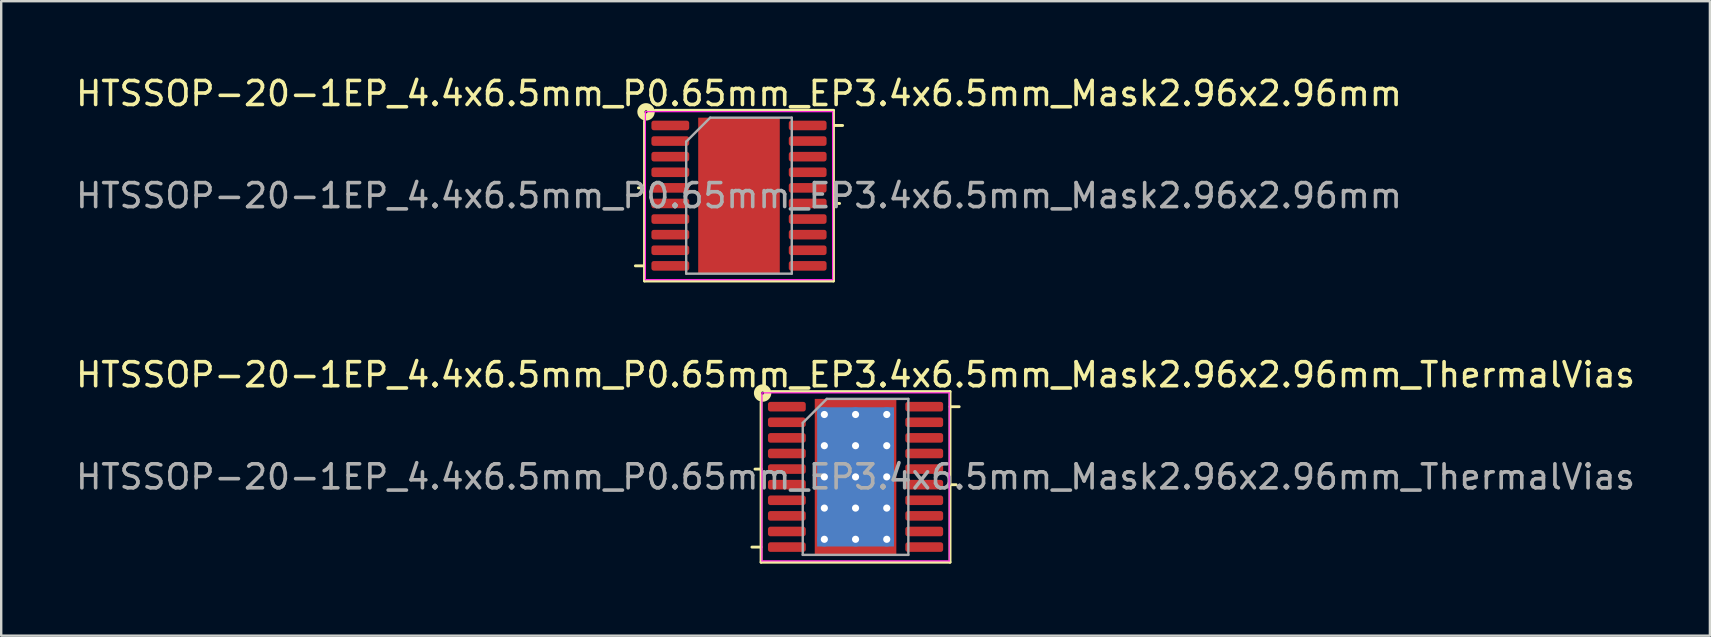
<source format=kicad_pcb>
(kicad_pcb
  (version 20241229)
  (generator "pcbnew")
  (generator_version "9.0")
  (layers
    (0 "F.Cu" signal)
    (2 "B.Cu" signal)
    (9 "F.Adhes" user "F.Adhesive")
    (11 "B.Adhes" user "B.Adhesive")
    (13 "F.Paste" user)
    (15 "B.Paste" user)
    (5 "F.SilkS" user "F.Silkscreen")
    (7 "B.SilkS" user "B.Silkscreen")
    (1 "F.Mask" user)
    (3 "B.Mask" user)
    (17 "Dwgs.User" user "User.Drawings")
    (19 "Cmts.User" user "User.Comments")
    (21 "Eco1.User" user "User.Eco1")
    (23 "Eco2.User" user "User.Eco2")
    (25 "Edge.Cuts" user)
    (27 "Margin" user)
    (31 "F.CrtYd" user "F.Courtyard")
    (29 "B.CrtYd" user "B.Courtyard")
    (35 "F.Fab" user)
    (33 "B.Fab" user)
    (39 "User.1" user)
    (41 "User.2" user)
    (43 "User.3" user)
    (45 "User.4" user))
  (footprint "HTSSOP-20-1EP_4.4x6.5mm_P0.65mm_EP3.4x6.5mm_Mask2.96x2.96mm"
    (layer "F.Cu")
    (at 27.744 5.103)
    (property "Reference" "HTSSOP-20-1EP_4.4x6.5mm_P0.65mm_EP3.4x6.5mm_Mask2.96x2.96mm" (at 0 -4.255 0) (layer "F.SilkS") (effects (font (size 1 1) (thickness 0.15))))
    (attr smd)
    (fp_line (start -3.937 -0.325) (end -4.191 -0.325) (stroke (width 0.12) (type solid)) (layer "F.SilkS"))
    (fp_line (start -3.937 2.925) (end -4.318 2.925) (stroke (width 0.12) (type solid)) (layer "F.SilkS"))
    (fp_line (start -3.937 3.556) (end -3.937 -3.111) (stroke (width 0.12) (type solid)) (layer "F.SilkS"))
    (fp_line (start -3.493 -3.556) (end 3.937 -3.556) (stroke (width 0.12) (type solid)) (layer "F.SilkS"))
    (fp_line (start 3.937 -3.556) (end 3.937 3.556) (stroke (width 0.12) (type solid)) (layer "F.SilkS"))
    (fp_line (start 3.937 -2.925) (end 4.318 -2.925) (stroke (width 0.12) (type solid)) (layer "F.SilkS"))
    (fp_line (start 3.937 0.325) (end 4.191 0.325) (stroke (width 0.12) (type solid)) (layer "F.SilkS"))
    (fp_line (start 3.937 3.556) (end -3.937 3.556) (stroke (width 0.12) (type solid)) (layer "F.SilkS"))
    (fp_circle (center -3.873 -3.493) (end -3.81 -3.493) (stroke (width 0.3) (type solid)) (fill no) (layer "F.SilkS"))
    (fp_line (start -3.9 -3.5) (end -3.9 3.5) (stroke (width 0.05) (type solid)) (layer "F.CrtYd"))
    (fp_line (start -3.9 3.5) (end 3.9 3.5) (stroke (width 0.05) (type solid)) (layer "F.CrtYd"))
    (fp_line (start 3.9 -3.5) (end -3.9 -3.5) (stroke (width 0.05) (type solid)) (layer "F.CrtYd"))
    (fp_line (start 3.9 3.5) (end 3.9 -3.5) (stroke (width 0.05) (type solid)) (layer "F.CrtYd"))
    (fp_line (start -2.2 -2.25) (end -1.2 -3.25) (stroke (width 0.1) (type solid)) (layer "F.Fab"))
    (fp_line (start -2.2 3.25) (end -2.2 -2.25) (stroke (width 0.1) (type solid)) (layer "F.Fab"))
    (fp_line (start -1.2 -3.25) (end 2.2 -3.25) (stroke (width 0.1) (type solid)) (layer "F.Fab"))
    (fp_line (start 2.2 -3.25) (end 2.2 3.25) (stroke (width 0.1) (type solid)) (layer "F.Fab"))
    (fp_line (start 2.2 3.25) (end -2.2 3.25) (stroke (width 0.1) (type solid)) (layer "F.Fab"))
    (fp_text user "${REFERENCE}" (at 0 0 0) (layer "F.Fab") (effects (font (size 1 1) (thickness 0.15))))
    (pad "" smd roundrect (at 0 0) (size 2.39 2.39) (layers "F.Paste") (roundrect_rratio 0.105))
    (pad "" smd rect (at 0 0) (size 2.96 2.96) (layers "F.Mask"))
    (pad "1" smd roundrect (at -2.862 -2.925) (size 1.575 0.4) (layers "F.Cu" "F.Mask" "F.Paste") (roundrect_rratio 0.25))
    (pad "2" smd roundrect (at -2.862 -2.275) (size 1.575 0.4) (layers "F.Cu" "F.Mask" "F.Paste") (roundrect_rratio 0.25))
    (pad "3" smd roundrect (at -2.862 -1.625) (size 1.575 0.4) (layers "F.Cu" "F.Mask" "F.Paste") (roundrect_rratio 0.25))
    (pad "4" smd roundrect (at -2.862 -0.975) (size 1.575 0.4) (layers "F.Cu" "F.Mask" "F.Paste") (roundrect_rratio 0.25))
    (pad "5" smd roundrect (at -2.862 -0.325) (size 1.575 0.4) (layers "F.Cu" "F.Mask" "F.Paste") (roundrect_rratio 0.25))
    (pad "6" smd roundrect (at -2.862 0.325) (size 1.575 0.4) (layers "F.Cu" "F.Mask" "F.Paste") (roundrect_rratio 0.25))
    (pad "7" smd roundrect (at -2.862 0.975) (size 1.575 0.4) (layers "F.Cu" "F.Mask" "F.Paste") (roundrect_rratio 0.25))
    (pad "8" smd roundrect (at -2.862 1.625) (size 1.575 0.4) (layers "F.Cu" "F.Mask" "F.Paste") (roundrect_rratio 0.25))
    (pad "9" smd roundrect (at -2.862 2.275) (size 1.575 0.4) (layers "F.Cu" "F.Mask" "F.Paste") (roundrect_rratio 0.25))
    (pad "10" smd roundrect (at -2.862 2.925) (size 1.575 0.4) (layers "F.Cu" "F.Mask" "F.Paste") (roundrect_rratio 0.25))
    (pad "11" smd roundrect (at 2.862 2.925) (size 1.575 0.4) (layers "F.Cu" "F.Mask" "F.Paste") (roundrect_rratio 0.25))
    (pad "12" smd roundrect (at 2.862 2.275) (size 1.575 0.4) (layers "F.Cu" "F.Mask" "F.Paste") (roundrect_rratio 0.25))
    (pad "13" smd roundrect (at 2.862 1.625) (size 1.575 0.4) (layers "F.Cu" "F.Mask" "F.Paste") (roundrect_rratio 0.25))
    (pad "14" smd roundrect (at 2.862 0.975) (size 1.575 0.4) (layers "F.Cu" "F.Mask" "F.Paste") (roundrect_rratio 0.25))
    (pad "15" smd roundrect (at 2.862 0.325) (size 1.575 0.4) (layers "F.Cu" "F.Mask" "F.Paste") (roundrect_rratio 0.25))
    (pad "16" smd roundrect (at 2.862 -0.325) (size 1.575 0.4) (layers "F.Cu" "F.Mask" "F.Paste") (roundrect_rratio 0.25))
    (pad "17" smd roundrect (at 2.862 -0.975) (size 1.575 0.4) (layers "F.Cu" "F.Mask" "F.Paste") (roundrect_rratio 0.25))
    (pad "18" smd roundrect (at 2.862 -1.625) (size 1.575 0.4) (layers "F.Cu" "F.Mask" "F.Paste") (roundrect_rratio 0.25))
    (pad "19" smd roundrect (at 2.862 -2.275) (size 1.575 0.4) (layers "F.Cu" "F.Mask" "F.Paste") (roundrect_rratio 0.25))
    (pad "20" smd roundrect (at 2.862 -2.925) (size 1.575 0.4) (layers "F.Cu" "F.Mask" "F.Paste") (roundrect_rratio 0.25))
    (pad "21" smd rect (at 0 0) (size 3.4 6.5) (layers "F.Cu")))
  (footprint "HTSSOP-20-1EP_4.4x6.5mm_P0.65mm_EP3.4x6.5mm_Mask2.96x2.96mm_ThermalVias"
    (layer "F.Cu")
    (at 32.601 16.822)
    (property "Reference" "HTSSOP-20-1EP_4.4x6.5mm_P0.65mm_EP3.4x6.5mm_Mask2.96x2.96mm_ThermalVias" (at 0 -4.255 0) (layer "F.SilkS") (effects (font (size 1 1) (thickness 0.15))))
    (attr smd)
    (fp_line (start -3.937 -0.325) (end -4.191 -0.325) (stroke (width 0.12) (type solid)) (layer "F.SilkS"))
    (fp_line (start -3.937 2.925) (end -4.318 2.925) (stroke (width 0.12) (type solid)) (layer "F.SilkS"))
    (fp_line (start -3.937 3.556) (end -3.937 -3.111) (stroke (width 0.12) (type solid)) (layer "F.SilkS"))
    (fp_line (start -3.493 -3.556) (end 3.937 -3.556) (stroke (width 0.12) (type solid)) (layer "F.SilkS"))
    (fp_line (start 3.937 -3.556) (end 3.937 3.556) (stroke (width 0.12) (type solid)) (layer "F.SilkS"))
    (fp_line (start 3.937 -2.925) (end 4.318 -2.925) (stroke (width 0.12) (type solid)) (layer "F.SilkS"))
    (fp_line (start 3.937 0.325) (end 4.191 0.325) (stroke (width 0.12) (type solid)) (layer "F.SilkS"))
    (fp_line (start 3.937 3.556) (end -3.937 3.556) (stroke (width 0.12) (type solid)) (layer "F.SilkS"))
    (fp_circle (center -3.873 -3.493) (end -3.81 -3.493) (stroke (width 0.3) (type solid)) (fill no) (layer "F.SilkS"))
    (fp_line (start -3.9 -3.5) (end -3.9 3.5) (stroke (width 0.05) (type solid)) (layer "F.CrtYd"))
    (fp_line (start -3.9 3.5) (end 3.9 3.5) (stroke (width 0.05) (type solid)) (layer "F.CrtYd"))
    (fp_line (start 3.9 -3.5) (end -3.9 -3.5) (stroke (width 0.05) (type solid)) (layer "F.CrtYd"))
    (fp_line (start 3.9 3.5) (end 3.9 -3.5) (stroke (width 0.05) (type solid)) (layer "F.CrtYd"))
    (fp_line (start -2.2 -2.25) (end -1.2 -3.25) (stroke (width 0.1) (type solid)) (layer "F.Fab"))
    (fp_line (start -2.2 3.25) (end -2.2 -2.25) (stroke (width 0.1) (type solid)) (layer "F.Fab"))
    (fp_line (start -1.2 -3.25) (end 2.2 -3.25) (stroke (width 0.1) (type solid)) (layer "F.Fab"))
    (fp_line (start 2.2 -3.25) (end 2.2 3.25) (stroke (width 0.1) (type solid)) (layer "F.Fab"))
    (fp_line (start 2.2 3.25) (end -2.2 3.25) (stroke (width 0.1) (type solid)) (layer "F.Fab"))
    (fp_text user "${REFERENCE}" (at 0 0 0) (layer "F.Fab") (effects (font (size 1 1) (thickness 0.15))))
    (pad "" smd roundrect (at -0.74 -0.74) (size 1.19 1.19) (layers "F.Paste") (roundrect_rratio 0.21))
    (pad "" smd roundrect (at -0.74 0.74) (size 1.19 1.19) (layers "F.Paste") (roundrect_rratio 0.21))
    (pad "" smd rect (at 0 0) (size 2.96 2.96) (layers "F.Mask"))
    (pad "" smd roundrect (at 0.74 -0.74) (size 1.19 1.19) (layers "F.Paste") (roundrect_rratio 0.21))
    (pad "" smd roundrect (at 0.74 0.74) (size 1.19 1.19) (layers "F.Paste") (roundrect_rratio 0.21))
    (pad "1" smd roundrect (at -2.862 -2.925) (size 1.575 0.4) (layers "F.Cu" "F.Mask" "F.Paste") (roundrect_rratio 0.25))
    (pad "2" smd roundrect (at -2.862 -2.275) (size 1.575 0.4) (layers "F.Cu" "F.Mask" "F.Paste") (roundrect_rratio 0.25))
    (pad "3" smd roundrect (at -2.862 -1.625) (size 1.575 0.4) (layers "F.Cu" "F.Mask" "F.Paste") (roundrect_rratio 0.25))
    (pad "4" smd roundrect (at -2.862 -0.975) (size 1.575 0.4) (layers "F.Cu" "F.Mask" "F.Paste") (roundrect_rratio 0.25))
    (pad "5" smd roundrect (at -2.862 -0.325) (size 1.575 0.4) (layers "F.Cu" "F.Mask" "F.Paste") (roundrect_rratio 0.25))
    (pad "6" smd roundrect (at -2.862 0.325) (size 1.575 0.4) (layers "F.Cu" "F.Mask" "F.Paste") (roundrect_rratio 0.25))
    (pad "7" smd roundrect (at -2.862 0.975) (size 1.575 0.4) (layers "F.Cu" "F.Mask" "F.Paste") (roundrect_rratio 0.25))
    (pad "8" smd roundrect (at -2.862 1.625) (size 1.575 0.4) (layers "F.Cu" "F.Mask" "F.Paste") (roundrect_rratio 0.25))
    (pad "9" smd roundrect (at -2.862 2.275) (size 1.575 0.4) (layers "F.Cu" "F.Mask" "F.Paste") (roundrect_rratio 0.25))
    (pad "10" smd roundrect (at -2.862 2.925) (size 1.575 0.4) (layers "F.Cu" "F.Mask" "F.Paste") (roundrect_rratio 0.25))
    (pad "11" smd roundrect (at 2.862 2.925) (size 1.575 0.4) (layers "F.Cu" "F.Mask" "F.Paste") (roundrect_rratio 0.25))
    (pad "12" smd roundrect (at 2.862 2.275) (size 1.575 0.4) (layers "F.Cu" "F.Mask" "F.Paste") (roundrect_rratio 0.25))
    (pad "13" smd roundrect (at 2.862 1.625) (size 1.575 0.4) (layers "F.Cu" "F.Mask" "F.Paste") (roundrect_rratio 0.25))
    (pad "14" smd roundrect (at 2.862 0.975) (size 1.575 0.4) (layers "F.Cu" "F.Mask" "F.Paste") (roundrect_rratio 0.25))
    (pad "15" smd roundrect (at 2.862 0.325) (size 1.575 0.4) (layers "F.Cu" "F.Mask" "F.Paste") (roundrect_rratio 0.25))
    (pad "16" smd roundrect (at 2.862 -0.325) (size 1.575 0.4) (layers "F.Cu" "F.Mask" "F.Paste") (roundrect_rratio 0.25))
    (pad "17" smd roundrect (at 2.862 -0.975) (size 1.575 0.4) (layers "F.Cu" "F.Mask" "F.Paste") (roundrect_rratio 0.25))
    (pad "18" smd roundrect (at 2.862 -1.625) (size 1.575 0.4) (layers "F.Cu" "F.Mask" "F.Paste") (roundrect_rratio 0.25))
    (pad "19" smd roundrect (at 2.862 -2.275) (size 1.575 0.4) (layers "F.Cu" "F.Mask" "F.Paste") (roundrect_rratio 0.25))
    (pad "20" smd roundrect (at 2.862 -2.925) (size 1.575 0.4) (layers "F.Cu" "F.Mask" "F.Paste") (roundrect_rratio 0.25))
    (pad "21" thru_hole circle (at -1.3 -2.6) (size 0.6 0.6) (drill 0.3) (layers "*.Cu"))
    (pad "21" thru_hole circle (at -1.3 -1.3) (size 0.6 0.6) (drill 0.3) (layers "*.Cu"))
    (pad "21" thru_hole circle (at -1.3 0) (size 0.6 0.6) (drill 0.3) (layers "*.Cu"))
    (pad "21" thru_hole circle (at -1.3 1.3) (size 0.6 0.6) (drill 0.3) (layers "*.Cu"))
    (pad "21" thru_hole circle (at -1.3 2.6) (size 0.6 0.6) (drill 0.3) (layers "*.Cu"))
    (pad "21" thru_hole circle (at 0 -2.6) (size 0.6 0.6) (drill 0.3) (layers "*.Cu"))
    (pad "21" thru_hole circle (at 0 -1.3) (size 0.6 0.6) (drill 0.3) (layers "*.Cu"))
    (pad "21" thru_hole circle (at 0 0) (size 0.6 0.6) (drill 0.3) (layers "*.Cu"))
    (pad "21" smd rect (at 0 0) (size 3.2 5.8) (layers "B.Cu" "B.Mask"))
    (pad "21" smd rect (at 0 0) (size 3.4 6.5) (layers "F.Cu"))
    (pad "21" thru_hole circle (at 0 1.3) (size 0.6 0.6) (drill 0.3) (layers "*.Cu"))
    (pad "21" thru_hole circle (at 0 2.6) (size 0.6 0.6) (drill 0.3) (layers "*.Cu"))
    (pad "21" thru_hole circle (at 1.3 -2.6) (size 0.6 0.6) (drill 0.3) (layers "*.Cu"))
    (pad "21" thru_hole circle (at 1.3 -1.3) (size 0.6 0.6) (drill 0.3) (layers "*.Cu"))
    (pad "21" thru_hole circle (at 1.3 0) (size 0.6 0.6) (drill 0.3) (layers "*.Cu"))
    (pad "21" thru_hole circle (at 1.3 1.3) (size 0.6 0.6) (drill 0.3) (layers "*.Cu"))
    (pad "21" thru_hole circle (at 1.3 2.6) (size 0.6 0.6) (drill 0.3) (layers "*.Cu")))
  (gr_rect
    (start -3 -3)
    (end 68.202 23.438)
    (stroke (width 0.1) (type default))
    (fill no)
    (layer "Edge.Cuts")))
</source>
